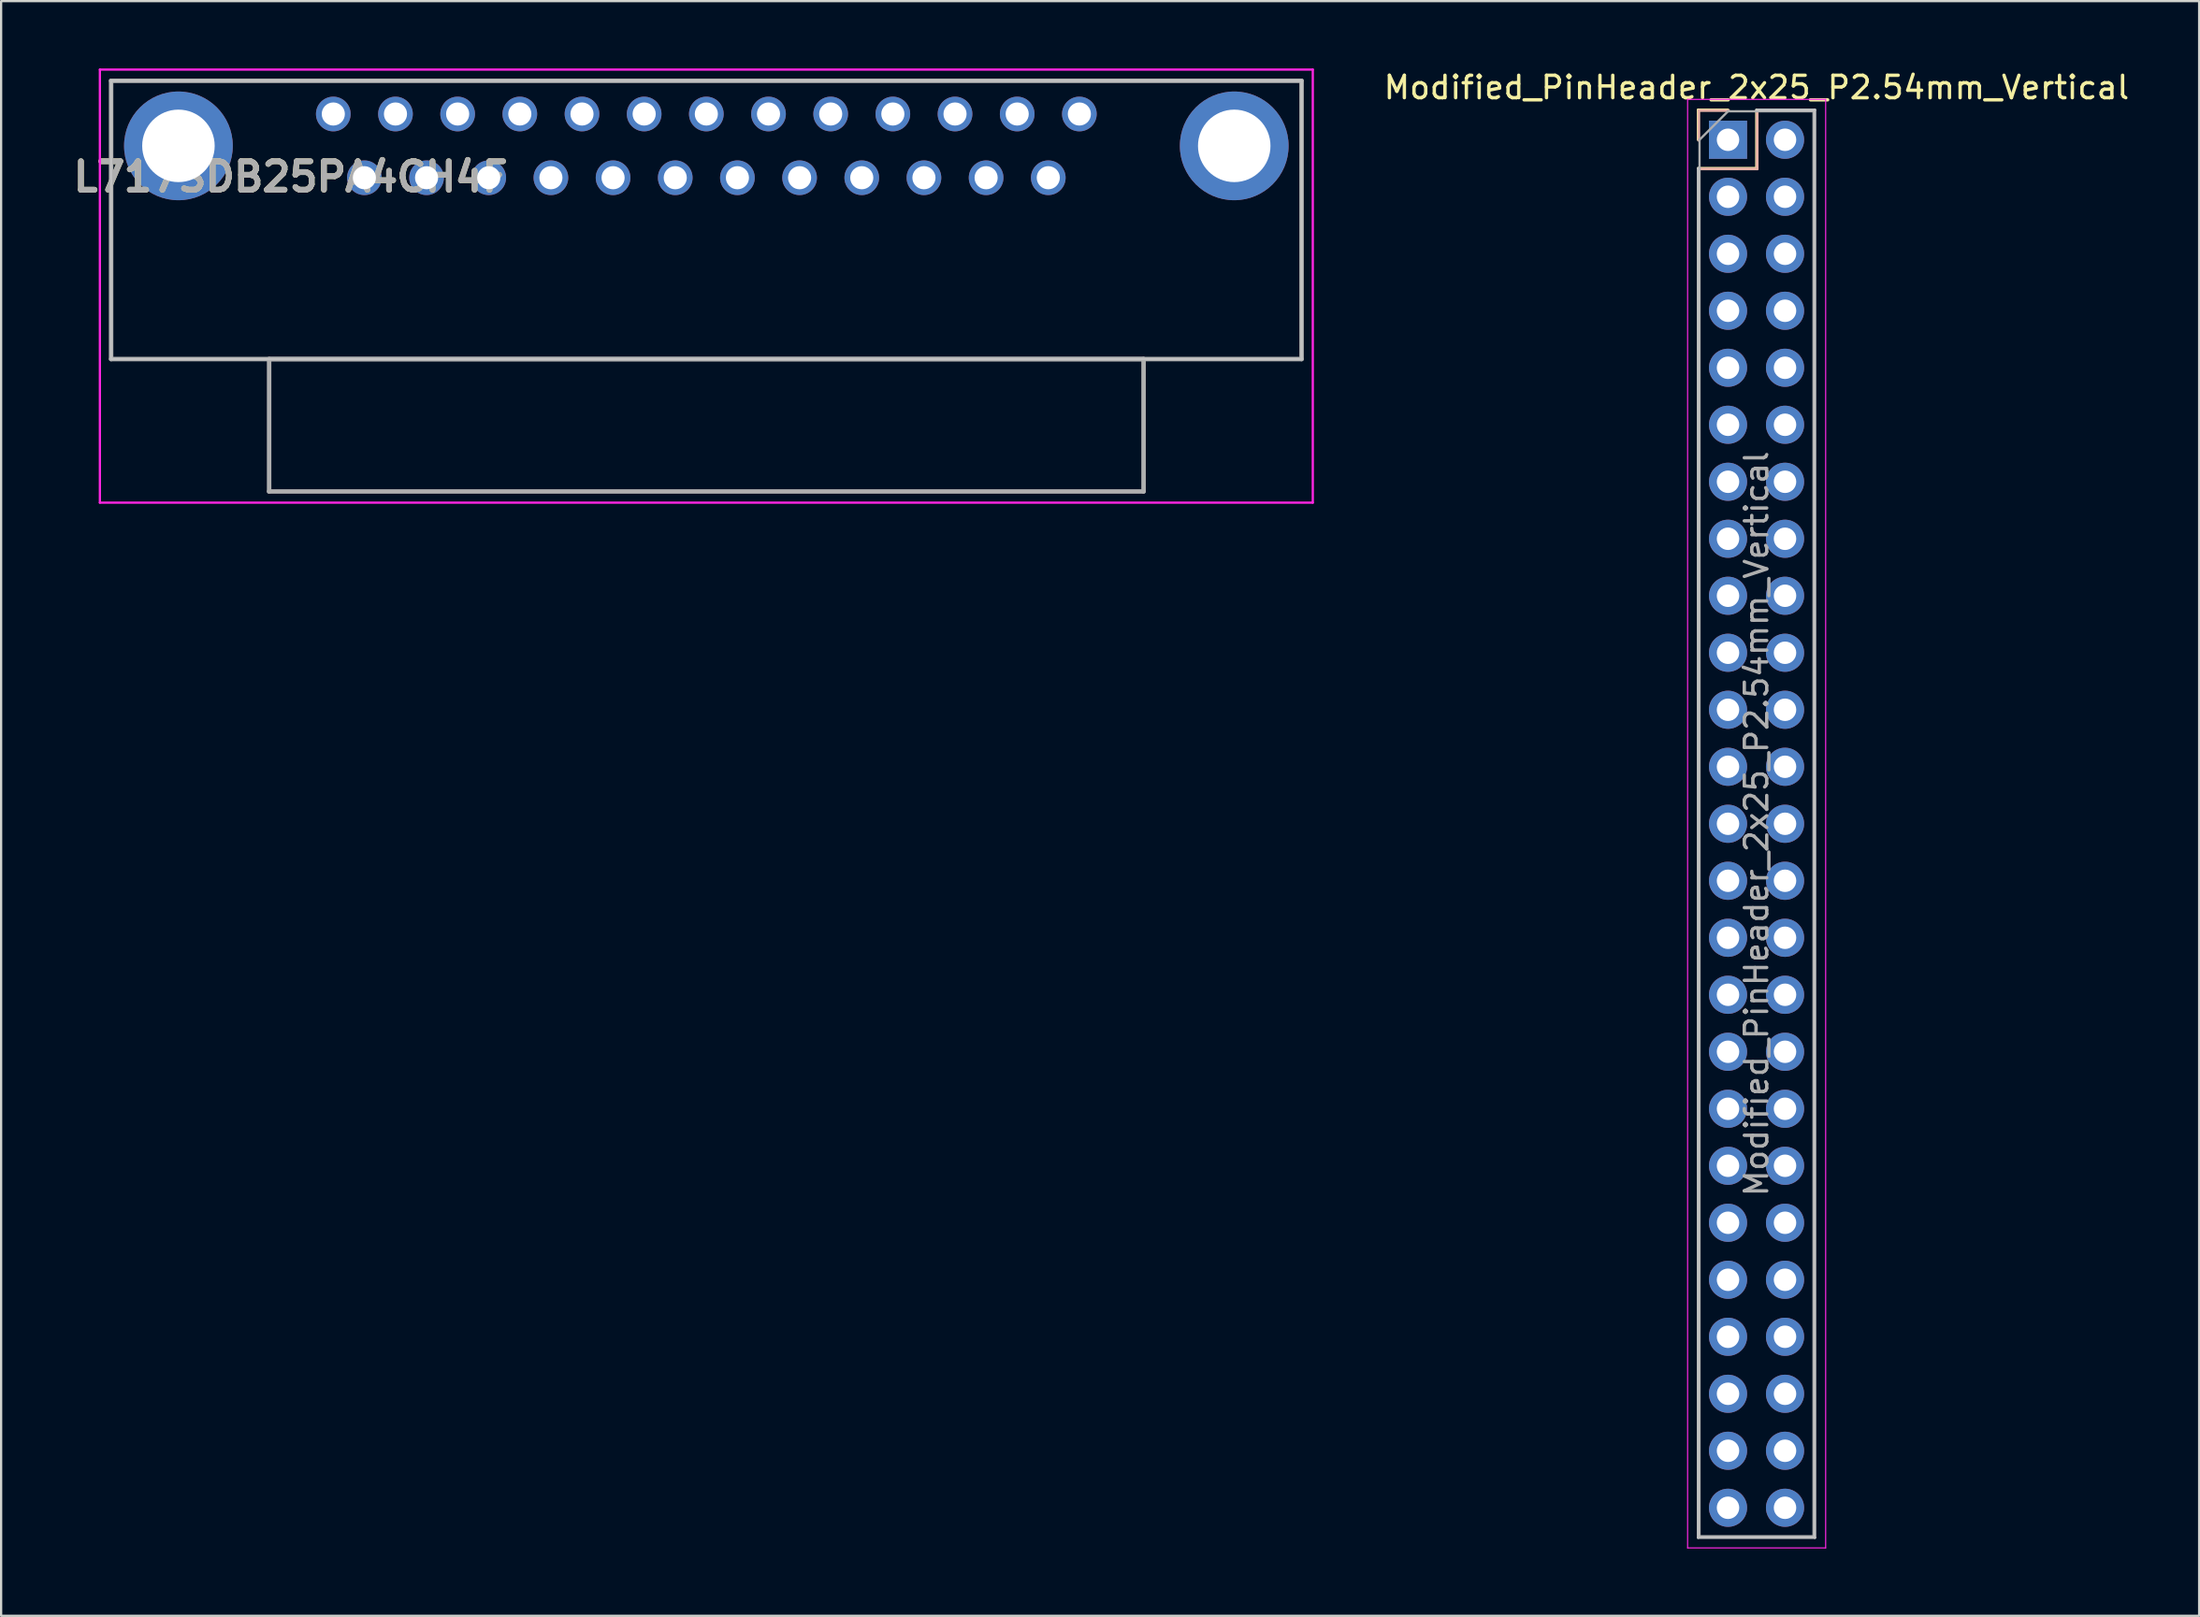
<source format=kicad_pcb>
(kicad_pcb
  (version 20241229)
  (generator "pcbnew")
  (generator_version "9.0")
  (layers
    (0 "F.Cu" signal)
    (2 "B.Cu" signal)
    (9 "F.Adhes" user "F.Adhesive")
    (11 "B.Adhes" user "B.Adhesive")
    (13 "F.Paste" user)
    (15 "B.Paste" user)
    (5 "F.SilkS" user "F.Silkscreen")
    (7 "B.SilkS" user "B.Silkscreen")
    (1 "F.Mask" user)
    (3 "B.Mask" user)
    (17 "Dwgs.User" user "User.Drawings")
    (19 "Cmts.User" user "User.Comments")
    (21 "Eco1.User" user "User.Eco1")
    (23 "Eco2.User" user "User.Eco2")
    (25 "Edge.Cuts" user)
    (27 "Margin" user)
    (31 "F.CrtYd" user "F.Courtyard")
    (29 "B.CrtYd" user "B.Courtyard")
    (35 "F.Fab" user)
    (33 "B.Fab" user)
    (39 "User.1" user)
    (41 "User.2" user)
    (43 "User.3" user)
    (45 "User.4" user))
  (footprint "L717SDB25PA4CH4F"
    (layer "F.Cu")
    (at 11.8 2.03)
    (property "Reference" "L717SDB25PA4CH4F" (at -1.9 2.8 0) (layer "F.SilkS") (effects (font (size 1.27 1.27) (thickness 0.254))))
    (attr through_hole)
    (fp_line (start -9.9 -1.48) (end 43.14 -1.48) (stroke (width 0.1) (type solid)) (layer "Dwgs.User"))
    (fp_line (start -9.9 10.92) (end -9.9 -1.48) (stroke (width 0.1) (type solid)) (layer "Dwgs.User"))
    (fp_line (start 43.14 -1.48) (end 43.14 10.92) (stroke (width 0.1) (type solid)) (layer "Dwgs.User"))
    (fp_line (start 43.14 10.92) (end -9.9 10.92) (stroke (width 0.1) (type solid)) (layer "Dwgs.User"))
    (fp_line (start -10.4 -1.98) (end 43.64 -1.98) (stroke (width 0.1) (type solid)) (layer "F.CrtYd"))
    (fp_line (start -10.4 17.32) (end -10.4 -1.98) (stroke (width 0.1) (type solid)) (layer "F.CrtYd"))
    (fp_line (start 43.64 -1.98) (end 43.64 17.32) (stroke (width 0.1) (type solid)) (layer "F.CrtYd"))
    (fp_line (start 43.64 17.32) (end -10.4 17.32) (stroke (width 0.1) (type solid)) (layer "F.CrtYd"))
    (fp_line (start -9.9 -1.48) (end 43.14 -1.48) (stroke (width 0.2) (type solid)) (layer "F.Fab"))
    (fp_line (start -9.9 10.92) (end -9.9 -1.48) (stroke (width 0.2) (type solid)) (layer "F.Fab"))
    (fp_line (start -2.86 10.92) (end -2.86 16.82) (stroke (width 0.2) (type solid)) (layer "F.Fab"))
    (fp_line (start -2.86 16.82) (end 36.1 16.82) (stroke (width 0.2) (type solid)) (layer "F.Fab"))
    (fp_line (start 36.1 10.92) (end -2.86 10.92) (stroke (width 0.2) (type solid)) (layer "F.Fab"))
    (fp_line (start 36.1 16.82) (end 36.1 10.92) (stroke (width 0.2) (type solid)) (layer "F.Fab"))
    (fp_line (start 43.14 -1.48) (end 43.14 10.92) (stroke (width 0.2) (type solid)) (layer "F.Fab"))
    (fp_line (start 43.14 10.92) (end -9.9 10.92) (stroke (width 0.2) (type solid)) (layer "F.Fab"))
    (fp_text user "${REFERENCE}" (at -1.9 2.8 0) (layer "F.Fab") (effects (font (size 1.27 1.27) (thickness 0.254))))
    (pad "1" thru_hole circle (at 0 0) (size 1.545 1.545) (drill 1.03) (layers "*.Cu" "*.Mask"))
    (pad "2" thru_hole circle (at 2.77 0) (size 1.545 1.545) (drill 1.03) (layers "*.Cu" "*.Mask"))
    (pad "3" thru_hole circle (at 5.54 0) (size 1.545 1.545) (drill 1.03) (layers "*.Cu" "*.Mask"))
    (pad "4" thru_hole circle (at 8.31 0) (size 1.545 1.545) (drill 1.03) (layers "*.Cu" "*.Mask"))
    (pad "5" thru_hole circle (at 11.08 0) (size 1.545 1.545) (drill 1.03) (layers "*.Cu" "*.Mask"))
    (pad "6" thru_hole circle (at 13.85 0) (size 1.545 1.545) (drill 1.03) (layers "*.Cu" "*.Mask"))
    (pad "7" thru_hole circle (at 16.62 0) (size 1.545 1.545) (drill 1.03) (layers "*.Cu" "*.Mask"))
    (pad "8" thru_hole circle (at 19.39 0) (size 1.545 1.545) (drill 1.03) (layers "*.Cu" "*.Mask"))
    (pad "9" thru_hole circle (at 22.16 0) (size 1.545 1.545) (drill 1.03) (layers "*.Cu" "*.Mask"))
    (pad "10" thru_hole circle (at 24.93 0) (size 1.545 1.545) (drill 1.03) (layers "*.Cu" "*.Mask"))
    (pad "11" thru_hole circle (at 27.7 0) (size 1.545 1.545) (drill 1.03) (layers "*.Cu" "*.Mask"))
    (pad "12" thru_hole circle (at 30.47 0) (size 1.545 1.545) (drill 1.03) (layers "*.Cu" "*.Mask"))
    (pad "13" thru_hole circle (at 33.24 0) (size 1.545 1.545) (drill 1.03) (layers "*.Cu" "*.Mask"))
    (pad "14" thru_hole circle (at 1.385 2.84) (size 1.545 1.545) (drill 1.03) (layers "*.Cu" "*.Mask"))
    (pad "15" thru_hole circle (at 4.155 2.84) (size 1.545 1.545) (drill 1.03) (layers "*.Cu" "*.Mask"))
    (pad "16" thru_hole circle (at 6.925 2.84) (size 1.545 1.545) (drill 1.03) (layers "*.Cu" "*.Mask"))
    (pad "17" thru_hole circle (at 9.695 2.84) (size 1.545 1.545) (drill 1.03) (layers "*.Cu" "*.Mask"))
    (pad "18" thru_hole circle (at 12.465 2.84) (size 1.545 1.545) (drill 1.03) (layers "*.Cu" "*.Mask"))
    (pad "19" thru_hole circle (at 15.235 2.84) (size 1.545 1.545) (drill 1.03) (layers "*.Cu" "*.Mask"))
    (pad "20" thru_hole circle (at 18.005 2.84) (size 1.545 1.545) (drill 1.03) (layers "*.Cu" "*.Mask"))
    (pad "21" thru_hole circle (at 20.775 2.84) (size 1.545 1.545) (drill 1.03) (layers "*.Cu" "*.Mask"))
    (pad "22" thru_hole circle (at 23.545 2.84) (size 1.545 1.545) (drill 1.03) (layers "*.Cu" "*.Mask"))
    (pad "23" thru_hole circle (at 26.315 2.84) (size 1.545 1.545) (drill 1.03) (layers "*.Cu" "*.Mask"))
    (pad "24" thru_hole circle (at 29.085 2.84) (size 1.545 1.545) (drill 1.03) (layers "*.Cu" "*.Mask"))
    (pad "25" thru_hole circle (at 31.855 2.84) (size 1.545 1.545) (drill 1.03) (layers "*.Cu" "*.Mask"))
    (pad "MH1" thru_hole circle (at -6.9 1.42) (size 4.845 4.845) (drill 3.23) (layers "*.Cu" "*.Mask"))
    (pad "MH2" thru_hole circle (at 40.14 1.42) (size 4.845 4.845) (drill 3.23) (layers "*.Cu" "*.Mask")))
  (footprint "Modified_PinHeader_2x25_P2.54mm_Vertical"
    (layer "F.Cu")
    (at 73.94 3.178)
    (property "Reference" "Modified_PinHeader_2x25_P2.54mm_Vertical" (at 1.27 -2.33 0) (layer "F.SilkS") (effects (font (size 1 1) (thickness 0.15))))
    (attr through_hole)
    (fp_line (start -1.33 -1.33) (end 0 -1.33) (stroke (width 0.12) (type solid)) (layer "F.SilkS"))
    (fp_line (start -1.33 0) (end -1.33 -1.33) (stroke (width 0.12) (type solid)) (layer "F.SilkS"))
    (fp_line (start -1.33 1.27) (end 1.27 1.27) (stroke (width 0.12) (type solid)) (layer "F.SilkS"))
    (fp_line (start 1.27 1.27) (end 1.27 -1.33) (stroke (width 0.12) (type solid)) (layer "F.SilkS"))
    (fp_line (start -1.3 -1.3) (end -1.3 0.03) (stroke (width 0.12) (type solid)) (layer "B.SilkS"))
    (fp_line (start 0.03 -1.3) (end -1.3 -1.3) (stroke (width 0.12) (type solid)) (layer "B.SilkS"))
    (fp_line (start 1.3 -1.3) (end 1.3 1.3) (stroke (width 0.12) (type solid)) (layer "B.SilkS"))
    (fp_line (start 1.3 1.3) (end -1.3 1.3) (stroke (width 0.12) (type solid)) (layer "B.SilkS"))
    (fp_line (start -1.33 1.27) (end -1.33 62.29) (stroke (width 0.12) (type solid)) (layer "Dwgs.User"))
    (fp_line (start -1.33 62.29) (end 3.87 62.29) (stroke (width 0.12) (type solid)) (layer "Dwgs.User"))
    (fp_line (start 1.27 -1.33) (end 3.87 -1.33) (stroke (width 0.12) (type solid)) (layer "Dwgs.User"))
    (fp_line (start 3.87 -1.33) (end 3.87 62.29) (stroke (width 0.12) (type solid)) (layer "Dwgs.User"))
    (fp_line (start -1.8 -1.8) (end -1.8 62.75) (stroke (width 0.05) (type solid)) (layer "F.CrtYd"))
    (fp_line (start -1.8 62.75) (end 4.35 62.75) (stroke (width 0.05) (type solid)) (layer "F.CrtYd"))
    (fp_line (start 4.35 -1.8) (end -1.8 -1.8) (stroke (width 0.05) (type solid)) (layer "F.CrtYd"))
    (fp_line (start 4.35 62.75) (end 4.35 -1.8) (stroke (width 0.05) (type solid)) (layer "F.CrtYd"))
    (fp_line (start -1.27 0) (end 0 -1.27) (stroke (width 0.1) (type solid)) (layer "F.Fab"))
    (fp_line (start -1.27 62.23) (end -1.27 0) (stroke (width 0.1) (type solid)) (layer "F.Fab"))
    (fp_line (start 0 -1.27) (end 3.81 -1.27) (stroke (width 0.1) (type solid)) (layer "F.Fab"))
    (fp_line (start 3.81 -1.27) (end 3.81 62.23) (stroke (width 0.1) (type solid)) (layer "F.Fab"))
    (fp_line (start 3.81 62.23) (end -1.27 62.23) (stroke (width 0.1) (type solid)) (layer "F.Fab"))
    (fp_text user "${REFERENCE}" (at 1.27 30.48 90) (layer "F.Fab") (effects (font (size 1 1) (thickness 0.15))))
    (pad "1" thru_hole rect (at 0 0) (size 1.7 1.7) (drill 1) (layers "*.Cu" "*.Mask"))
    (pad "2" thru_hole oval (at 2.54 0) (size 1.7 1.7) (drill 1) (layers "*.Cu" "*.Mask"))
    (pad "3" thru_hole oval (at 0 2.54) (size 1.7 1.7) (drill 1) (layers "*.Cu" "*.Mask"))
    (pad "4" thru_hole oval (at 2.54 2.54) (size 1.7 1.7) (drill 1) (layers "*.Cu" "*.Mask"))
    (pad "5" thru_hole oval (at 0 5.08) (size 1.7 1.7) (drill 1) (layers "*.Cu" "*.Mask"))
    (pad "6" thru_hole oval (at 2.54 5.08) (size 1.7 1.7) (drill 1) (layers "*.Cu" "*.Mask"))
    (pad "7" thru_hole oval (at 0 7.62) (size 1.7 1.7) (drill 1) (layers "*.Cu" "*.Mask"))
    (pad "8" thru_hole oval (at 2.54 7.62) (size 1.7 1.7) (drill 1) (layers "*.Cu" "*.Mask"))
    (pad "9" thru_hole oval (at 0 10.16) (size 1.7 1.7) (drill 1) (layers "*.Cu" "*.Mask"))
    (pad "10" thru_hole oval (at 2.54 10.16) (size 1.7 1.7) (drill 1) (layers "*.Cu" "*.Mask"))
    (pad "11" thru_hole oval (at 0 12.7) (size 1.7 1.7) (drill 1) (layers "*.Cu" "*.Mask"))
    (pad "12" thru_hole oval (at 2.54 12.7) (size 1.7 1.7) (drill 1) (layers "*.Cu" "*.Mask"))
    (pad "13" thru_hole oval (at 0 15.24) (size 1.7 1.7) (drill 1) (layers "*.Cu" "*.Mask"))
    (pad "14" thru_hole oval (at 2.54 15.24) (size 1.7 1.7) (drill 1) (layers "*.Cu" "*.Mask"))
    (pad "15" thru_hole oval (at 0 17.78) (size 1.7 1.7) (drill 1) (layers "*.Cu" "*.Mask"))
    (pad "16" thru_hole oval (at 2.54 17.78) (size 1.7 1.7) (drill 1) (layers "*.Cu" "*.Mask"))
    (pad "17" thru_hole oval (at 0 20.32) (size 1.7 1.7) (drill 1) (layers "*.Cu" "*.Mask"))
    (pad "18" thru_hole oval (at 2.54 20.32) (size 1.7 1.7) (drill 1) (layers "*.Cu" "*.Mask"))
    (pad "19" thru_hole oval (at 0 22.86) (size 1.7 1.7) (drill 1) (layers "*.Cu" "*.Mask"))
    (pad "20" thru_hole oval (at 2.54 22.86) (size 1.7 1.7) (drill 1) (layers "*.Cu" "*.Mask"))
    (pad "21" thru_hole oval (at 0 25.4) (size 1.7 1.7) (drill 1) (layers "*.Cu" "*.Mask"))
    (pad "22" thru_hole oval (at 2.54 25.4) (size 1.7 1.7) (drill 1) (layers "*.Cu" "*.Mask"))
    (pad "23" thru_hole oval (at 0 27.94) (size 1.7 1.7) (drill 1) (layers "*.Cu" "*.Mask"))
    (pad "24" thru_hole oval (at 2.54 27.94) (size 1.7 1.7) (drill 1) (layers "*.Cu" "*.Mask"))
    (pad "25" thru_hole oval (at 0 30.48) (size 1.7 1.7) (drill 1) (layers "*.Cu" "*.Mask"))
    (pad "26" thru_hole oval (at 2.54 30.48) (size 1.7 1.7) (drill 1) (layers "*.Cu" "*.Mask"))
    (pad "27" thru_hole oval (at 0 33.02) (size 1.7 1.7) (drill 1) (layers "*.Cu" "*.Mask"))
    (pad "28" thru_hole oval (at 2.54 33.02) (size 1.7 1.7) (drill 1) (layers "*.Cu" "*.Mask"))
    (pad "29" thru_hole oval (at 0 35.56) (size 1.7 1.7) (drill 1) (layers "*.Cu" "*.Mask"))
    (pad "30" thru_hole oval (at 2.54 35.56) (size 1.7 1.7) (drill 1) (layers "*.Cu" "*.Mask"))
    (pad "31" thru_hole oval (at 0 38.1) (size 1.7 1.7) (drill 1) (layers "*.Cu" "*.Mask"))
    (pad "32" thru_hole oval (at 2.54 38.1) (size 1.7 1.7) (drill 1) (layers "*.Cu" "*.Mask"))
    (pad "33" thru_hole oval (at 0 40.64) (size 1.7 1.7) (drill 1) (layers "*.Cu" "*.Mask"))
    (pad "34" thru_hole oval (at 2.54 40.64) (size 1.7 1.7) (drill 1) (layers "*.Cu" "*.Mask"))
    (pad "35" thru_hole oval (at 0 43.18) (size 1.7 1.7) (drill 1) (layers "*.Cu" "*.Mask"))
    (pad "36" thru_hole oval (at 2.54 43.18) (size 1.7 1.7) (drill 1) (layers "*.Cu" "*.Mask"))
    (pad "37" thru_hole oval (at 0 45.72) (size 1.7 1.7) (drill 1) (layers "*.Cu" "*.Mask"))
    (pad "38" thru_hole oval (at 2.54 45.72) (size 1.7 1.7) (drill 1) (layers "*.Cu" "*.Mask"))
    (pad "39" thru_hole oval (at 0 48.26) (size 1.7 1.7) (drill 1) (layers "*.Cu" "*.Mask"))
    (pad "40" thru_hole oval (at 2.54 48.26) (size 1.7 1.7) (drill 1) (layers "*.Cu" "*.Mask"))
    (pad "41" thru_hole oval (at 0 50.8) (size 1.7 1.7) (drill 1) (layers "*.Cu" "*.Mask"))
    (pad "42" thru_hole oval (at 2.54 50.8) (size 1.7 1.7) (drill 1) (layers "*.Cu" "*.Mask"))
    (pad "43" thru_hole oval (at 0 53.34) (size 1.7 1.7) (drill 1) (layers "*.Cu" "*.Mask"))
    (pad "44" thru_hole oval (at 2.54 53.34) (size 1.7 1.7) (drill 1) (layers "*.Cu" "*.Mask"))
    (pad "45" thru_hole oval (at 0 55.88) (size 1.7 1.7) (drill 1) (layers "*.Cu" "*.Mask"))
    (pad "46" thru_hole oval (at 2.54 55.88) (size 1.7 1.7) (drill 1) (layers "*.Cu" "*.Mask"))
    (pad "47" thru_hole oval (at 0 58.42) (size 1.7 1.7) (drill 1) (layers "*.Cu" "*.Mask"))
    (pad "48" thru_hole oval (at 2.54 58.42) (size 1.7 1.7) (drill 1) (layers "*.Cu" "*.Mask"))
    (pad "49" thru_hole oval (at 0 60.96) (size 1.7 1.7) (drill 1) (layers "*.Cu" "*.Mask"))
    (pad "50" thru_hole oval (at 2.54 60.96) (size 1.7 1.7) (drill 1) (layers "*.Cu" "*.Mask")))
  (gr_rect
    (start -3 -3)
    (end 94.93 68.953)
    (stroke (width 0.1) (type default))
    (fill no)
    (layer "Edge.Cuts")))
</source>
